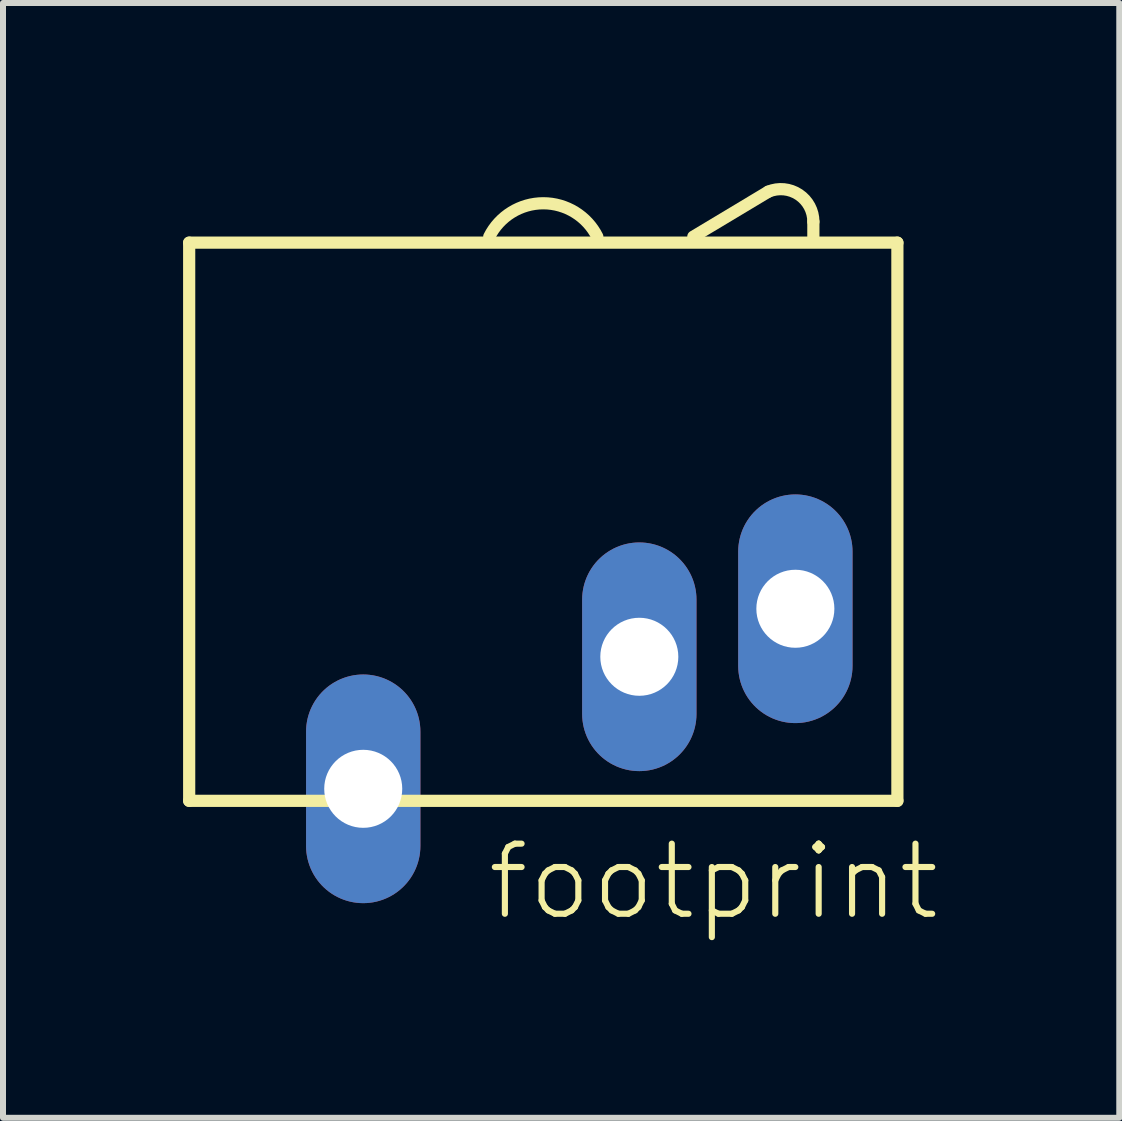
<source format=kicad_pcb>
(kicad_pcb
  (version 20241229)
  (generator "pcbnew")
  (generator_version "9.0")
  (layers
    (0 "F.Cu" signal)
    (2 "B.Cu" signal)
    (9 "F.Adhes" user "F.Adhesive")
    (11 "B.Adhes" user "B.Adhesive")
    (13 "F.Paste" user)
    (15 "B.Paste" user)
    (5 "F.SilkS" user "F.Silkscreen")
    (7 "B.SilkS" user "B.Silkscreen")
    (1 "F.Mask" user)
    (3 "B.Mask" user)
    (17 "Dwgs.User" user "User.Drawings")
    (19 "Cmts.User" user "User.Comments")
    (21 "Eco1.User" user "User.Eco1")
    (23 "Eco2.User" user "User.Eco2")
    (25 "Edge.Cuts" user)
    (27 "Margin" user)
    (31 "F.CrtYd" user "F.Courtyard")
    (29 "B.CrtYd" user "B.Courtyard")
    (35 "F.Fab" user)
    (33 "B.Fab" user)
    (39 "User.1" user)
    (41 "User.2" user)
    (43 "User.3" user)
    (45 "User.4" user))
  (footprint "footprint"
    (layer "F.Cu")
    (at 6.002 0.893)
    (property "Reference" "footprint" (at -0.985 11.43 0) (layer "F.SilkS") (effects (font (size 1.168 1.168) (thickness 0.102)) (justify left bottom)))
    (fp_line (start -5.9 0.1) (end 5.9 0.1) (stroke (width 0.203) (type solid)) (layer "F.SilkS"))
    (fp_line (start -5.9 9.4) (end -5.9 0.1) (stroke (width 0.203) (type solid)) (layer "F.SilkS"))
    (fp_line (start 3.75 -0.75) (end 2.5 0) (stroke (width 0.203) (type solid)) (layer "F.SilkS"))
    (fp_line (start 4.5 -0.25) (end 4.5 0) (stroke (width 0.203) (type solid)) (layer "F.SilkS"))
    (fp_line (start 5.9 0.1) (end 5.9 9.4) (stroke (width 0.203) (type solid)) (layer "F.SilkS"))
    (fp_line (start 5.9 9.4) (end -5.9 9.4) (stroke (width 0.203) (type solid)) (layer "F.SilkS"))
    (fp_arc (start -0.9 0) (mid -0.000001 -0.556231) (end 0.899999 -0.000002) (stroke (width 0.2032) (type solid)) (layer "F.SilkS"))
    (fp_arc (start 3.75 -0.75) (mid 4.258796 -0.700694) (end 4.5 -0.25) (stroke (width 0.2032) (type solid)) (layer "F.SilkS"))
    (pad "1" thru_hole oval (at -3 9.2 90) (size 3.81 1.905) (drill 1.3) (layers "*.Cu" "*.Mask"))
    (pad "2" thru_hole oval (at 1.6 7 90) (size 3.81 1.905) (drill 1.3) (layers "*.Cu" "*.Mask"))
    (pad "3" thru_hole oval (at 4.2 6.2 90) (size 3.81 1.905) (drill 1.3) (layers "*.Cu" "*.Mask")))
  (gr_rect
    (start -3 -3)
    (end 15.599 15.574)
    (stroke (width 0.1) (type default))
    (fill no)
    (layer "Edge.Cuts")))
</source>
